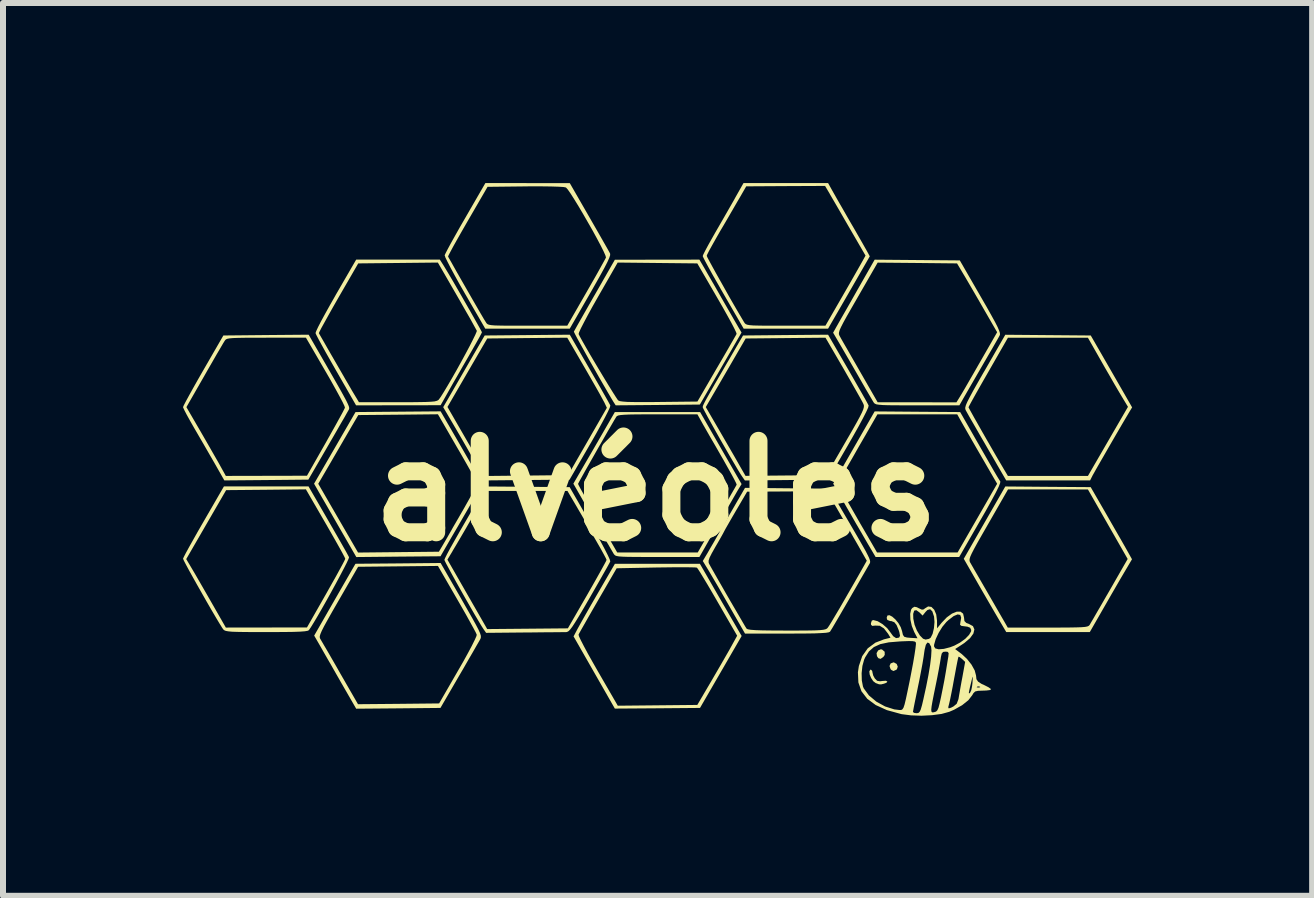
<source format=kicad_pcb>
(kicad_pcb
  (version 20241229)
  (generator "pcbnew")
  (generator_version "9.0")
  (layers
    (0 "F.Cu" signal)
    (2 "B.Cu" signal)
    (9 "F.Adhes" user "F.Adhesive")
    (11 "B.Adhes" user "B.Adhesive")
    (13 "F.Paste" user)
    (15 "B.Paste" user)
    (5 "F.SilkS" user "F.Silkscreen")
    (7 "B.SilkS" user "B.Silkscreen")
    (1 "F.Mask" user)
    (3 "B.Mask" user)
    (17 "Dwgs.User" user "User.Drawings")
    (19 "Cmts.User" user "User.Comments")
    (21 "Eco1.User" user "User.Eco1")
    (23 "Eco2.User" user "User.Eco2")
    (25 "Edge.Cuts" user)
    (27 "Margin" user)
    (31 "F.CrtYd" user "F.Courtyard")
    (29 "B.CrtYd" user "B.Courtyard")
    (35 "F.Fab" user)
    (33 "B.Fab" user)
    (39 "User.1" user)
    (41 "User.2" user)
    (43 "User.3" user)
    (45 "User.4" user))
  (footprint "alvéoles"
    (layer "F.Cu")
    (at 7.883 5.13)
    (property "Reference" "alvéoles" (at 0 0 0) (layer "F.SilkS") (effects (font (size 1.524 1.524) (thickness 0.3))))
    (attr board_only exclude_from_pos_files exclude_from_bom)
    (fp_poly (pts (xy 3.765 2.643) (xy 3.808 2.68) (xy 3.809 2.733) (xy 3.788 2.764) (xy 3.74 2.799) (xy 3.702 2.787) (xy 3.68 2.754) (xy 3.673 2.703) (xy 3.699 2.658) (xy 3.743 2.639)) (stroke (width 0) (type solid)) (fill yes) (layer "F.SilkS"))
    (fp_poly (pts (xy 3.963 2.858) (xy 4.008 2.883) (xy 4.026 2.928) (xy 4.012 2.971) (xy 4 2.981) (xy 3.954 3.001) (xy 3.919 2.983) (xy 3.906 2.969) (xy 3.889 2.918) (xy 3.907 2.875) (xy 3.954 2.857)) (stroke (width 0) (type solid)) (fill yes) (layer "F.SilkS"))
    (fp_poly (pts (xy 3.6 2.999) (xy 3.604 3.022) (xy 3.617 3.076) (xy 3.644 3.125) (xy 3.682 3.164) (xy 3.731 3.172) (xy 3.769 3.167) (xy 3.829 3.163) (xy 3.853 3.177) (xy 3.837 3.197) (xy 3.797 3.212) (xy 3.748 3.224) (xy 3.713 3.222) (xy 3.662 3.203) (xy 3.659 3.202) (xy 3.617 3.17) (xy 3.582 3.117) (xy 3.558 3.059) (xy 3.552 3.008) (xy 3.568 2.98) (xy 3.579 2.978)) (stroke (width 0) (type solid)) (fill yes) (layer "F.SilkS"))
    (fp_poly (pts (xy -1.108 -2.03) (xy -1.019 -1.876) (xy -0.937 -1.734) (xy -0.868 -1.612) (xy -0.813 -1.515) (xy -0.777 -1.449) (xy -0.763 -1.422) (xy -0.771 -1.392) (xy -0.802 -1.324) (xy -0.852 -1.226) (xy -0.919 -1.102) (xy -0.998 -0.958) (xy -1.087 -0.801) (xy -1.096 -0.787) (xy -1.442 -0.188) (xy -2.84 -0.175) (xy -3.06 -0.556) (xy -3.144 -0.702) (xy -3.231 -0.854) (xy -3.314 -0.996) (xy -3.384 -1.116) (xy -3.414 -1.167) (xy -3.548 -1.395) (xy -3.546 -1.399) (xy -3.477 -1.399) (xy -3.207 -0.931) (xy -3.123 -0.785) (xy -3.043 -0.648) (xy -2.974 -0.527) (xy -2.919 -0.43) (xy -2.883 -0.367) (xy -2.877 -0.356) (xy -2.818 -0.249) (xy -2.143 -0.256) (xy -1.467 -0.263) (xy -1.144 -0.824) (xy -0.821 -1.385) (xy -0.862 -1.472) (xy -0.887 -1.518) (xy -0.932 -1.601) (xy -0.994 -1.711) (xy -1.069 -1.842) (xy -1.152 -1.987) (xy -1.192 -2.056) (xy -1.481 -2.553) (xy -2.147 -2.547) (xy -2.814 -2.54) (xy -3.146 -1.969) (xy -3.477 -1.399) (xy -3.546 -1.399) (xy -2.857 -2.59) (xy -1.439 -2.603)) (stroke (width 0) (type solid)) (fill yes) (layer "F.SilkS"))
    (fp_poly (pts (xy 4.354 -1.319) (xy 5.066 -1.314) (xy 5.195 -1.089) (xy 5.338 -0.838) (xy 5.458 -0.629) (xy 5.555 -0.46) (xy 5.63 -0.33) (xy 5.685 -0.237) (xy 5.72 -0.18) (xy 5.735 -0.158) (xy 5.732 -0.131) (xy 5.707 -0.068) (xy 5.658 0.031) (xy 5.584 0.168) (xy 5.486 0.344) (xy 5.404 0.486) (xy 5.05 1.101) (xy 3.657 1.101) (xy 3.534 0.893) (xy 3.48 0.8) (xy 3.408 0.676) (xy 3.325 0.534) (xy 3.239 0.384) (xy 3.18 0.282) (xy 2.952 -0.117) (xy 3.028 -0.117) (xy 3.04 -0.092) (xy 3.075 -0.028) (xy 3.131 0.071) (xy 3.206 0.203) (xy 3.297 0.362) (xy 3.402 0.545) (xy 3.52 0.748) (xy 3.583 0.857) (xy 3.681 1.026) (xy 5.023 1.026) (xy 5.682 -0.119) (xy 5.423 -0.566) (xy 5.339 -0.711) (xy 5.259 -0.85) (xy 5.188 -0.974) (xy 5.131 -1.073) (xy 5.093 -1.14) (xy 5.09 -1.145) (xy 5.017 -1.276) (xy 3.687 -1.276) (xy 3.504 -0.957) (xy 3.375 -0.734) (xy 3.271 -0.551) (xy 3.187 -0.405) (xy 3.123 -0.293) (xy 3.077 -0.211) (xy 3.047 -0.157) (xy 3.032 -0.126) (xy 3.028 -0.117) (xy 2.952 -0.117) (xy 2.95 -0.12) (xy 3.295 -0.722) (xy 3.641 -1.325)) (stroke (width 0) (type solid)) (fill yes) (layer "F.SilkS"))
    (fp_poly (pts (xy 1.01 1.702) (xy 1.096 1.851) (xy 1.178 1.992) (xy 1.25 2.117) (xy 1.309 2.218) (xy 1.349 2.287) (xy 1.358 2.303) (xy 1.425 2.417) (xy 0.731 3.616) (xy 0.021 3.622) (xy -0.688 3.627) (xy -1.376 2.424) (xy -1.36 2.395) (xy -1.293 2.395) (xy -1.285 2.424) (xy -1.254 2.49) (xy -1.204 2.587) (xy -1.138 2.71) (xy -1.059 2.851) (xy -0.973 3.002) (xy -0.639 3.579) (xy 0.686 3.566) (xy 0.921 3.166) (xy 1.004 3.023) (xy 1.086 2.882) (xy 1.16 2.753) (xy 1.221 2.647) (xy 1.253 2.589) (xy 1.35 2.413) (xy 1.027 1.854) (xy 0.939 1.702) (xy 0.858 1.564) (xy 0.788 1.448) (xy 0.733 1.357) (xy 0.695 1.299) (xy 0.68 1.279) (xy 0.649 1.275) (xy 0.576 1.273) (xy 0.465 1.272) (xy 0.326 1.272) (xy 0.164 1.274) (xy -0.001 1.276) (xy -0.658 1.289) (xy -0.97 1.827) (xy -1.056 1.976) (xy -1.134 2.112) (xy -1.2 2.228) (xy -1.252 2.319) (xy -1.284 2.377) (xy -1.293 2.395) (xy -1.36 2.395) (xy -1.314 2.307) (xy -1.283 2.251) (xy -1.232 2.159) (xy -1.165 2.041) (xy -1.087 1.904) (xy -1.002 1.757) (xy -0.97 1.702) (xy -0.687 1.214) (xy 0.729 1.214)) (stroke (width 0) (type solid)) (fill yes) (layer "F.SilkS"))
    (fp_poly (pts (xy -3.244 1.804) (xy -3.142 1.983) (xy -3.062 2.123) (xy -3.003 2.23) (xy -2.961 2.31) (xy -2.935 2.368) (xy -2.922 2.408) (xy -2.92 2.437) (xy -2.925 2.459) (xy -2.929 2.467) (xy -2.95 2.505) (xy -2.993 2.579) (xy -3.053 2.684) (xy -3.127 2.811) (xy -3.21 2.956) (xy -3.278 3.072) (xy -3.594 3.616) (xy -4.296 3.623) (xy -4.998 3.629) (xy -5.246 3.199) (xy -5.33 3.052) (xy -5.413 2.906) (xy -5.49 2.773) (xy -5.553 2.663) (xy -5.595 2.589) (xy -5.692 2.421) (xy -5.605 2.421) (xy -5.604 2.447) (xy -5.597 2.464) (xy -5.576 2.5) (xy -5.534 2.572) (xy -5.474 2.674) (xy -5.402 2.799) (xy -5.32 2.941) (xy -5.267 3.035) (xy -4.968 3.554) (xy -4.292 3.548) (xy -3.616 3.541) (xy -3.298 2.99) (xy -3.211 2.839) (xy -3.134 2.699) (xy -3.07 2.579) (xy -3.023 2.484) (xy -2.995 2.421) (xy -2.989 2.397) (xy -3.003 2.364) (xy -3.04 2.294) (xy -3.095 2.194) (xy -3.164 2.069) (xy -3.245 1.927) (xy -3.317 1.802) (xy -3.636 1.25) (xy -4.301 1.257) (xy -4.966 1.264) (xy -5.297 1.838) (xy -5.398 2.013) (xy -5.475 2.15) (xy -5.532 2.253) (xy -5.571 2.33) (xy -5.594 2.384) (xy -5.605 2.421) (xy -5.692 2.421) (xy -5.698 2.411) (xy -5.354 1.812) (xy -5.01 1.214) (xy -4.3 1.208) (xy -3.591 1.201)) (stroke (width 0) (type solid)) (fill yes) (layer "F.SilkS"))
    (fp_poly (pts (xy 6.53 -0.068) (xy 7.241 -0.063) (xy 7.494 0.375) (xy 7.578 0.522) (xy 7.66 0.665) (xy 7.735 0.795) (xy 7.796 0.902) (xy 7.838 0.976) (xy 7.838 0.976) (xy 7.929 1.139) (xy 7.803 1.352) (xy 7.747 1.447) (xy 7.674 1.573) (xy 7.591 1.716) (xy 7.505 1.866) (xy 7.452 1.958) (xy 7.226 2.352) (xy 5.834 2.352) (xy 5.705 2.133) (xy 5.648 2.036) (xy 5.573 1.907) (xy 5.489 1.762) (xy 5.402 1.612) (xy 5.351 1.523) (xy 5.144 1.162) (xy 5.222 1.162) (xy 5.228 1.184) (xy 5.236 1.198) (xy 5.259 1.238) (xy 5.303 1.315) (xy 5.364 1.42) (xy 5.437 1.547) (xy 5.52 1.69) (xy 5.566 1.77) (xy 5.859 2.277) (xy 6.527 2.277) (xy 6.728 2.277) (xy 6.884 2.276) (xy 7.002 2.274) (xy 7.088 2.271) (xy 7.147 2.266) (xy 7.184 2.259) (xy 7.207 2.249) (xy 7.221 2.236) (xy 7.225 2.23) (xy 7.245 2.195) (xy 7.287 2.124) (xy 7.345 2.023) (xy 7.418 1.898) (xy 7.499 1.757) (xy 7.556 1.659) (xy 7.857 1.134) (xy 7.526 0.555) (xy 7.195 -0.024) (xy 6.529 -0.025) (xy 5.863 -0.025) (xy 5.531 0.554) (xy 5.431 0.728) (xy 5.354 0.863) (xy 5.297 0.967) (xy 5.258 1.043) (xy 5.234 1.097) (xy 5.223 1.135) (xy 5.222 1.162) (xy 5.144 1.162) (xy 5.126 1.131) (xy 5.818 -0.074)) (stroke (width 0) (type solid)) (fill yes) (layer "F.SilkS"))
    (fp_poly (pts (xy -3.278 -0.786) (xy -3.19 -0.633) (xy -3.109 -0.492) (xy -3.038 -0.368) (xy -2.982 -0.27) (xy -2.945 -0.202) (xy -2.932 -0.177) (xy -2.921 -0.151) (xy -2.918 -0.123) (xy -2.926 -0.087) (xy -2.947 -0.036) (xy -2.985 0.037) (xy -3.042 0.14) (xy -3.122 0.277) (xy -3.129 0.29) (xy -3.213 0.434) (xy -3.298 0.581) (xy -3.377 0.716) (xy -3.443 0.829) (xy -3.477 0.888) (xy -3.593 1.089) (xy -4.294 1.095) (xy -4.996 1.102) (xy -5.267 0.632) (xy -5.352 0.484) (xy -5.435 0.34) (xy -5.509 0.211) (xy -5.57 0.106) (xy -5.612 0.033) (xy -5.619 0.021) (xy -5.699 -0.119) (xy -5.63 -0.119) (xy -4.967 1.027) (xy -3.62 1.013) (xy -3.551 0.897) (xy -3.497 0.804) (xy -3.44 0.705) (xy -3.421 0.672) (xy -3.387 0.611) (xy -3.333 0.518) (xy -3.267 0.404) (xy -3.195 0.279) (xy -3.167 0.229) (xy -3.085 0.083) (xy -3.027 -0.031) (xy -2.995 -0.108) (xy -2.99 -0.146) (xy -3.007 -0.179) (xy -3.045 -0.248) (xy -3.101 -0.348) (xy -3.171 -0.472) (xy -3.252 -0.614) (xy -3.321 -0.732) (xy -3.636 -1.277) (xy -4.3 -1.27) (xy -4.963 -1.264) (xy -5.08 -1.064) (xy -5.134 -0.971) (xy -5.206 -0.848) (xy -5.287 -0.708) (xy -5.371 -0.564) (xy -5.413 -0.491) (xy -5.63 -0.119) (xy -5.699 -0.119) (xy -5.7 -0.12) (xy -5.354 -0.717) (xy -5.009 -1.314) (xy -4.3 -1.32) (xy -3.591 -1.326)) (stroke (width 0) (type solid)) (fill yes) (layer "F.SilkS"))
    (fp_poly (pts (xy 6.53 -2.596) (xy 7.242 -2.59) (xy 7.587 -1.991) (xy 7.931 -1.392) (xy 7.885 -1.316) (xy 7.838 -1.237) (xy 7.776 -1.132) (xy 7.703 -1.007) (xy 7.624 -0.871) (xy 7.543 -0.731) (xy 7.465 -0.595) (xy 7.394 -0.472) (xy 7.335 -0.369) (xy 7.293 -0.294) (xy 7.272 -0.257) (xy 7.231 -0.175) (xy 5.833 -0.175) (xy 5.735 -0.344) (xy 5.689 -0.423) (xy 5.625 -0.535) (xy 5.548 -0.666) (xy 5.467 -0.807) (xy 5.412 -0.901) (xy 5.338 -1.03) (xy 5.27 -1.148) (xy 5.214 -1.245) (xy 5.175 -1.315) (xy 5.158 -1.346) (xy 5.151 -1.366) (xy 5.151 -1.393) (xy 5.152 -1.394) (xy 5.205 -1.394) (xy 5.217 -1.37) (xy 5.25 -1.31) (xy 5.3 -1.22) (xy 5.364 -1.108) (xy 5.436 -0.98) (xy 5.514 -0.844) (xy 5.593 -0.707) (xy 5.669 -0.575) (xy 5.739 -0.456) (xy 5.797 -0.357) (xy 5.805 -0.344) (xy 5.861 -0.25) (xy 7.195 -0.25) (xy 7.528 -0.825) (xy 7.862 -1.401) (xy 7.753 -1.582) (xy 7.703 -1.666) (xy 7.635 -1.782) (xy 7.557 -1.918) (xy 7.474 -2.061) (xy 7.419 -2.158) (xy 7.195 -2.552) (xy 6.528 -2.552) (xy 5.862 -2.553) (xy 5.534 -1.981) (xy 5.446 -1.828) (xy 5.367 -1.689) (xy 5.3 -1.57) (xy 5.249 -1.478) (xy 5.216 -1.417) (xy 5.205 -1.394) (xy 5.152 -1.394) (xy 5.162 -1.431) (xy 5.186 -1.486) (xy 5.225 -1.562) (xy 5.281 -1.666) (xy 5.357 -1.801) (xy 5.456 -1.974) (xy 5.473 -2.002) (xy 5.818 -2.602)) (stroke (width 0) (type solid)) (fill yes) (layer "F.SilkS"))
    (fp_poly (pts (xy 3.196 -2.032) (xy 3.285 -1.877) (xy 3.366 -1.735) (xy 3.436 -1.613) (xy 3.491 -1.516) (xy 3.527 -1.45) (xy 3.541 -1.422) (xy 3.533 -1.389) (xy 3.501 -1.318) (xy 3.447 -1.212) (xy 3.374 -1.076) (xy 3.283 -0.914) (xy 3.21 -0.786) (xy 2.863 -0.188) (xy 2.171 -0.181) (xy 1.479 -0.174) (xy 1.439 -0.231) (xy 1.407 -0.279) (xy 1.358 -0.359) (xy 1.296 -0.465) (xy 1.223 -0.589) (xy 1.145 -0.725) (xy 1.065 -0.864) (xy 0.988 -1.001) (xy 0.917 -1.128) (xy 0.856 -1.238) (xy 0.81 -1.324) (xy 0.782 -1.379) (xy 0.776 -1.396) (xy 0.776 -1.397) (xy 0.827 -1.397) (xy 1.055 -1.005) (xy 1.137 -0.863) (xy 1.219 -0.721) (xy 1.294 -0.592) (xy 1.355 -0.485) (xy 1.385 -0.432) (xy 1.489 -0.251) (xy 2.163 -0.257) (xy 2.837 -0.263) (xy 3.16 -0.823) (xy 3.259 -0.994) (xy 3.335 -1.128) (xy 3.39 -1.229) (xy 3.428 -1.304) (xy 3.451 -1.358) (xy 3.461 -1.396) (xy 3.462 -1.423) (xy 3.455 -1.446) (xy 3.454 -1.448) (xy 3.434 -1.488) (xy 3.392 -1.564) (xy 3.332 -1.67) (xy 3.26 -1.797) (xy 3.177 -1.941) (xy 3.124 -2.034) (xy 2.822 -2.553) (xy 1.492 -2.54) (xy 1.16 -1.968) (xy 0.827 -1.397) (xy 0.776 -1.397) (xy 0.778 -1.408) (xy 0.784 -1.427) (xy 0.798 -1.457) (xy 0.821 -1.502) (xy 0.857 -1.567) (xy 0.907 -1.656) (xy 0.974 -1.774) (xy 1.061 -1.924) (xy 1.17 -2.112) (xy 1.208 -2.177) (xy 1.448 -2.59) (xy 2.157 -2.597) (xy 2.865 -2.603)) (stroke (width 0) (type solid)) (fill yes) (layer "F.SilkS"))
    (fp_poly (pts (xy -5.664 -2.384) (xy -5.53 -2.152) (xy -5.419 -1.959) (xy -5.329 -1.802) (xy -5.258 -1.677) (xy -5.204 -1.579) (xy -5.164 -1.505) (xy -5.138 -1.451) (xy -5.122 -1.414) (xy -5.115 -1.388) (xy -5.115 -1.37) (xy -5.119 -1.357) (xy -5.127 -1.344) (xy -5.13 -1.338) (xy -5.152 -1.3) (xy -5.194 -1.225) (xy -5.255 -1.121) (xy -5.328 -0.993) (xy -5.412 -0.848) (xy -5.479 -0.732) (xy -5.795 -0.188) (xy -6.495 -0.181) (xy -7.195 -0.175) (xy -7.355 -0.457) (xy -7.433 -0.592) (xy -7.524 -0.75) (xy -7.618 -0.912) (xy -7.7 -1.053) (xy -7.765 -1.167) (xy -7.82 -1.266) (xy -7.86 -1.343) (xy -7.881 -1.389) (xy -7.883 -1.396) (xy -7.827 -1.396) (xy -7.614 -1.03) (xy -7.532 -0.888) (xy -7.449 -0.744) (xy -7.372 -0.609) (xy -7.308 -0.498) (xy -7.285 -0.457) (xy -7.17 -0.25) (xy -5.818 -0.253) (xy -5.505 -0.803) (xy -5.42 -0.955) (xy -5.342 -1.094) (xy -5.277 -1.212) (xy -5.226 -1.305) (xy -5.195 -1.366) (xy -5.185 -1.388) (xy -5.195 -1.418) (xy -5.227 -1.485) (xy -5.279 -1.583) (xy -5.346 -1.705) (xy -5.425 -1.847) (xy -5.506 -1.987) (xy -5.835 -2.553) (xy -6.496 -2.553) (xy -6.694 -2.552) (xy -6.849 -2.552) (xy -6.965 -2.55) (xy -7.049 -2.547) (xy -7.107 -2.542) (xy -7.145 -2.535) (xy -7.168 -2.525) (xy -7.182 -2.511) (xy -7.192 -2.496) (xy -7.215 -2.459) (xy -7.258 -2.385) (xy -7.319 -2.282) (xy -7.392 -2.155) (xy -7.474 -2.013) (xy -7.528 -1.918) (xy -7.827 -1.396) (xy -7.883 -1.396) (xy -7.883 -1.397) (xy -7.871 -1.425) (xy -7.837 -1.491) (xy -7.784 -1.588) (xy -7.716 -1.711) (xy -7.636 -1.853) (xy -7.547 -2.008) (xy -7.211 -2.59) (xy -6.5 -2.597) (xy -5.79 -2.603)) (stroke (width 0) (type solid)) (fill yes) (layer "F.SilkS"))
    (fp_poly (pts (xy -5.462 0.496) (xy -5.373 0.651) (xy -5.292 0.792) (xy -5.222 0.915) (xy -5.167 1.012) (xy -5.131 1.078) (xy -5.117 1.105) (xy -5.126 1.134) (xy -5.156 1.199) (xy -5.204 1.293) (xy -5.265 1.409) (xy -5.336 1.542) (xy -5.413 1.683) (xy -5.492 1.825) (xy -5.57 1.963) (xy -5.642 2.088) (xy -5.705 2.194) (xy -5.755 2.275) (xy -5.787 2.321) (xy -5.808 2.331) (xy -5.855 2.339) (xy -5.934 2.345) (xy -6.048 2.349) (xy -6.201 2.351) (xy -6.399 2.352) (xy -6.493 2.352) (xy -6.697 2.352) (xy -6.857 2.351) (xy -6.978 2.349) (xy -7.067 2.346) (xy -7.128 2.34) (xy -7.169 2.333) (xy -7.194 2.323) (xy -7.21 2.31) (xy -7.212 2.309) (xy -7.236 2.273) (xy -7.28 2.202) (xy -7.339 2.103) (xy -7.409 1.984) (xy -7.486 1.851) (xy -7.565 1.712) (xy -7.644 1.573) (xy -7.718 1.441) (xy -7.783 1.324) (xy -7.834 1.229) (xy -7.869 1.162) (xy -7.88 1.136) (xy -7.83 1.136) (xy -7.784 1.213) (xy -7.743 1.282) (xy -7.677 1.394) (xy -7.587 1.55) (xy -7.473 1.748) (xy -7.335 1.989) (xy -7.324 2.008) (xy -7.17 2.277) (xy -6.494 2.276) (xy -5.818 2.275) (xy -5.499 1.715) (xy -5.413 1.562) (xy -5.335 1.424) (xy -5.27 1.305) (xy -5.22 1.213) (xy -5.189 1.152) (xy -5.18 1.13) (xy -5.192 1.103) (xy -5.226 1.038) (xy -5.279 0.942) (xy -5.347 0.821) (xy -5.427 0.681) (xy -5.508 0.54) (xy -5.836 -0.026) (xy -6.501 -0.019) (xy -7.165 -0.013) (xy -7.83 1.136) (xy -7.88 1.136) (xy -7.883 1.131) (xy -7.883 1.13) (xy -7.871 1.102) (xy -7.837 1.036) (xy -7.784 0.939) (xy -7.715 0.816) (xy -7.635 0.674) (xy -7.545 0.518) (xy -7.542 0.513) (xy -7.202 -0.075) (xy -5.792 -0.075)) (stroke (width 0) (type solid)) (fill yes) (layer "F.SilkS"))
    (fp_poly (pts (xy 0.776 -3.76) (xy 0.806 -3.709) (xy 0.855 -3.623) (xy 0.92 -3.511) (xy 0.995 -3.381) (xy 1.075 -3.241) (xy 1.082 -3.228) (xy 1.162 -3.089) (xy 1.236 -2.961) (xy 1.299 -2.851) (xy 1.348 -2.767) (xy 1.376 -2.718) (xy 1.378 -2.715) (xy 1.423 -2.639) (xy 1.076 -2.039) (xy 0.729 -1.439) (xy 0.028 -1.432) (xy -0.674 -1.426) (xy -0.71 -1.482) (xy -0.753 -1.553) (xy -0.811 -1.652) (xy -0.88 -1.771) (xy -0.957 -1.904) (xy -1.036 -2.044) (xy -1.116 -2.184) (xy -1.19 -2.317) (xy -1.257 -2.438) (xy -1.312 -2.537) (xy -1.35 -2.61) (xy -1.352 -2.614) (xy -1.292 -2.614) (xy -1.271 -2.572) (xy -1.229 -2.496) (xy -1.171 -2.394) (xy -1.101 -2.273) (xy -1.023 -2.141) (xy -0.942 -2.005) (xy -0.862 -1.872) (xy -0.787 -1.749) (xy -0.722 -1.644) (xy -0.671 -1.564) (xy -0.639 -1.516) (xy -0.63 -1.507) (xy -0.605 -1.496) (xy -0.556 -1.489) (xy -0.479 -1.483) (xy -0.369 -1.481) (xy -0.221 -1.48) (xy -0.029 -1.481) (xy 0.05 -1.482) (xy 0.688 -1.489) (xy 1.008 -2.04) (xy 1.096 -2.19) (xy 1.176 -2.328) (xy 1.243 -2.445) (xy 1.296 -2.537) (xy 1.33 -2.596) (xy 1.341 -2.617) (xy 1.332 -2.645) (xy 1.301 -2.71) (xy 1.251 -2.806) (xy 1.184 -2.927) (xy 1.105 -3.068) (xy 1.019 -3.217) (xy 0.686 -3.791) (xy 0.022 -3.798) (xy -0.641 -3.805) (xy -0.973 -3.226) (xy -1.061 -3.071) (xy -1.139 -2.929) (xy -1.204 -2.806) (xy -1.254 -2.709) (xy -1.284 -2.643) (xy -1.292 -2.614) (xy -1.352 -2.614) (xy -1.369 -2.649) (xy -1.371 -2.654) (xy -1.357 -2.679) (xy -1.322 -2.742) (xy -1.268 -2.837) (xy -1.199 -2.958) (xy -1.119 -3.099) (xy -1.03 -3.255) (xy -1.026 -3.261) (xy -0.688 -3.852) (xy 0.016 -3.853) (xy 0.721 -3.854)) (stroke (width 0) (type solid)) (fill yes) (layer "F.SilkS"))
    (fp_poly (pts (xy 2.161 -5.13) (xy 2.865 -5.13) (xy 2.938 -4.999) (xy 2.976 -4.932) (xy 3.032 -4.833) (xy 3.102 -4.712) (xy 3.178 -4.579) (xy 3.228 -4.492) (xy 3.305 -4.36) (xy 3.376 -4.236) (xy 3.438 -4.128) (xy 3.483 -4.048) (xy 3.503 -4.013) (xy 3.56 -3.909) (xy 3.213 -3.306) (xy 2.865 -2.704) (xy 2.162 -2.703) (xy 1.459 -2.703) (xy 1.117 -3.294) (xy 1.028 -3.45) (xy 0.946 -3.593) (xy 0.877 -3.717) (xy 0.824 -3.815) (xy 0.789 -3.883) (xy 0.776 -3.913) (xy 0.776 -3.913) (xy 0.778 -3.918) (xy 0.843 -3.918) (xy 0.854 -3.891) (xy 0.887 -3.829) (xy 0.937 -3.737) (xy 1 -3.623) (xy 1.072 -3.495) (xy 1.149 -3.358) (xy 1.226 -3.221) (xy 1.301 -3.091) (xy 1.369 -2.974) (xy 1.426 -2.878) (xy 1.467 -2.809) (xy 1.467 -2.809) (xy 1.479 -2.792) (xy 1.494 -2.779) (xy 1.519 -2.769) (xy 1.559 -2.762) (xy 1.62 -2.757) (xy 1.708 -2.755) (xy 1.829 -2.753) (xy 1.99 -2.753) (xy 2.162 -2.753) (xy 2.821 -2.753) (xy 3.084 -3.209) (xy 3.168 -3.355) (xy 3.248 -3.494) (xy 3.319 -3.619) (xy 3.376 -3.719) (xy 3.414 -3.786) (xy 3.418 -3.793) (xy 3.489 -3.921) (xy 3.229 -4.369) (xy 3.145 -4.514) (xy 3.065 -4.653) (xy 2.993 -4.777) (xy 2.934 -4.878) (xy 2.895 -4.945) (xy 2.893 -4.95) (xy 2.815 -5.082) (xy 2.158 -5.079) (xy 1.501 -5.075) (xy 1.398 -4.896) (xy 1.349 -4.813) (xy 1.283 -4.699) (xy 1.205 -4.564) (xy 1.122 -4.422) (xy 1.068 -4.331) (xy 0.996 -4.205) (xy 0.933 -4.093) (xy 0.883 -4.003) (xy 0.852 -3.942) (xy 0.843 -3.918) (xy 0.778 -3.918) (xy 0.788 -3.944) (xy 0.821 -4.009) (xy 0.871 -4.102) (xy 0.934 -4.214) (xy 0.978 -4.292) (xy 1.061 -4.436) (xy 1.149 -4.589) (xy 1.232 -4.734) (xy 1.302 -4.856) (xy 1.318 -4.886) (xy 1.456 -5.13)) (stroke (width 0) (type solid)) (fill yes) (layer "F.SilkS"))
    (fp_poly (pts (xy -3.544 -3.76) (xy -3.509 -3.702) (xy -3.456 -3.614) (xy -3.391 -3.504) (xy -3.318 -3.378) (xy -3.24 -3.243) (xy -3.162 -3.106) (xy -3.087 -2.976) (xy -3.02 -2.857) (xy -2.964 -2.758) (xy -2.924 -2.686) (xy -2.904 -2.647) (xy -2.903 -2.643) (xy -2.915 -2.617) (xy -2.948 -2.555) (xy -2.999 -2.464) (xy -3.063 -2.352) (xy -3.131 -2.233) (xy -3.215 -2.088) (xy -3.299 -1.941) (xy -3.378 -1.805) (xy -3.443 -1.69) (xy -3.475 -1.633) (xy -3.591 -1.428) (xy -4.295 -1.427) (xy -5 -1.426) (xy -5.334 -2.008) (xy -5.423 -2.164) (xy -5.504 -2.307) (xy -5.573 -2.432) (xy -5.627 -2.531) (xy -5.662 -2.599) (xy -5.675 -2.629) (xy -5.62 -2.629) (xy -5.593 -2.581) (xy -5.546 -2.5) (xy -5.484 -2.391) (xy -5.412 -2.266) (xy -5.334 -2.131) (xy -5.256 -1.996) (xy -5.183 -1.869) (xy -5.118 -1.758) (xy -5.069 -1.673) (xy -5.038 -1.621) (xy -4.952 -1.478) (xy -4.306 -1.478) (xy -4.107 -1.478) (xy -3.953 -1.48) (xy -3.837 -1.482) (xy -3.753 -1.486) (xy -3.695 -1.491) (xy -3.658 -1.5) (xy -3.635 -1.51) (xy -3.622 -1.521) (xy -3.588 -1.568) (xy -3.538 -1.648) (xy -3.475 -1.753) (xy -3.403 -1.876) (xy -3.326 -2.011) (xy -3.249 -2.15) (xy -3.175 -2.286) (xy -3.108 -2.412) (xy -3.053 -2.52) (xy -3.012 -2.604) (xy -2.99 -2.656) (xy -2.988 -2.669) (xy -3.005 -2.7) (xy -3.043 -2.769) (xy -3.098 -2.869) (xy -3.169 -2.992) (xy -3.25 -3.134) (xy -3.32 -3.256) (xy -3.637 -3.805) (xy -4.301 -3.798) (xy -4.964 -3.791) (xy -5.296 -3.217) (xy -5.384 -3.063) (xy -5.462 -2.924) (xy -5.528 -2.805) (xy -5.579 -2.713) (xy -5.61 -2.652) (xy -5.62 -2.629) (xy -5.675 -2.629) (xy -5.676 -2.629) (xy -5.665 -2.661) (xy -5.633 -2.73) (xy -5.582 -2.829) (xy -5.514 -2.954) (xy -5.434 -3.098) (xy -5.345 -3.254) (xy -5.341 -3.262) (xy -4.998 -3.854) (xy -3.604 -3.854)) (stroke (width 0) (type solid)) (fill yes) (layer "F.SilkS"))
    (fp_poly (pts (xy -2.142 -5.129) (xy -1.439 -5.129) (xy -1.114 -4.564) (xy -1.025 -4.409) (xy -0.944 -4.268) (xy -0.874 -4.145) (xy -0.818 -4.047) (xy -0.781 -3.981) (xy -0.767 -3.954) (xy -0.766 -3.929) (xy -0.781 -3.884) (xy -0.812 -3.814) (xy -0.863 -3.715) (xy -0.935 -3.584) (xy -1.03 -3.416) (xy -1.092 -3.307) (xy -1.439 -2.704) (xy -2.143 -2.703) (xy -2.847 -2.703) (xy -3.189 -3.294) (xy -3.279 -3.451) (xy -3.359 -3.596) (xy -3.427 -3.722) (xy -3.479 -3.823) (xy -3.513 -3.893) (xy -3.516 -3.905) (xy -3.467 -3.905) (xy -3.453 -3.879) (xy -3.418 -3.819) (xy -3.37 -3.733) (xy -3.312 -3.63) (xy -3.311 -3.629) (xy -3.237 -3.499) (xy -3.156 -3.358) (xy -3.074 -3.215) (xy -2.996 -3.08) (xy -2.927 -2.961) (xy -2.872 -2.867) (xy -2.836 -2.809) (xy -2.825 -2.792) (xy -2.81 -2.779) (xy -2.786 -2.769) (xy -2.746 -2.762) (xy -2.685 -2.757) (xy -2.597 -2.755) (xy -2.475 -2.753) (xy -2.315 -2.753) (xy -2.141 -2.753) (xy -1.481 -2.753) (xy -1.166 -3.301) (xy -1.079 -3.453) (xy -1 -3.591) (xy -0.933 -3.711) (xy -0.881 -3.805) (xy -0.847 -3.867) (xy -0.836 -3.889) (xy -0.844 -3.921) (xy -0.874 -3.989) (xy -0.922 -4.085) (xy -0.984 -4.202) (xy -1.056 -4.334) (xy -1.135 -4.472) (xy -1.215 -4.611) (xy -1.293 -4.743) (xy -1.365 -4.86) (xy -1.426 -4.956) (xy -1.473 -5.023) (xy -1.502 -5.055) (xy -1.503 -5.056) (xy -1.544 -5.064) (xy -1.629 -5.069) (xy -1.756 -5.073) (xy -1.919 -5.075) (xy -2.113 -5.075) (xy -2.179 -5.074) (xy -2.809 -5.067) (xy -3.142 -4.493) (xy -3.23 -4.34) (xy -3.309 -4.201) (xy -3.376 -4.082) (xy -3.426 -3.989) (xy -3.458 -3.928) (xy -3.467 -3.905) (xy -3.516 -3.905) (xy -3.524 -3.927) (xy -3.524 -3.927) (xy -3.509 -3.959) (xy -3.473 -4.029) (xy -3.419 -4.129) (xy -3.349 -4.254) (xy -3.268 -4.398) (xy -3.18 -4.55) (xy -2.845 -5.13)) (stroke (width 0) (type solid)) (fill yes) (layer "F.SilkS"))
    (fp_poly (pts (xy 4.351 -3.847) (xy 5.06 -3.841) (xy 5.406 -3.241) (xy 5.51 -3.061) (xy 5.59 -2.918) (xy 5.65 -2.809) (xy 5.691 -2.728) (xy 5.716 -2.669) (xy 5.728 -2.63) (xy 5.729 -2.603) (xy 5.724 -2.591) (xy 5.704 -2.554) (xy 5.663 -2.482) (xy 5.605 -2.381) (xy 5.534 -2.259) (xy 5.455 -2.123) (xy 5.436 -2.09) (xy 5.353 -1.947) (xy 5.275 -1.812) (xy 5.206 -1.693) (xy 5.152 -1.599) (xy 5.117 -1.539) (xy 5.114 -1.533) (xy 5.053 -1.426) (xy 4.354 -1.426) (xy 4.149 -1.426) (xy 3.988 -1.427) (xy 3.866 -1.428) (xy 3.777 -1.431) (xy 3.714 -1.436) (xy 3.673 -1.442) (xy 3.648 -1.452) (xy 3.632 -1.464) (xy 3.621 -1.48) (xy 3.619 -1.483) (xy 3.595 -1.524) (xy 3.551 -1.599) (xy 3.492 -1.699) (xy 3.425 -1.816) (xy 3.39 -1.877) (xy 3.31 -2.016) (xy 3.227 -2.16) (xy 3.149 -2.294) (xy 3.086 -2.403) (xy 3.073 -2.425) (xy 2.962 -2.614) (xy 3.045 -2.614) (xy 3.052 -2.593) (xy 3.059 -2.58) (xy 3.081 -2.54) (xy 3.124 -2.464) (xy 3.185 -2.359) (xy 3.258 -2.231) (xy 3.341 -2.087) (xy 3.393 -1.996) (xy 3.691 -1.477) (xy 4.348 -1.477) (xy 5.004 -1.476) (xy 5.062 -1.57) (xy 5.092 -1.619) (xy 5.142 -1.704) (xy 5.207 -1.817) (xy 5.284 -1.95) (xy 5.367 -2.095) (xy 5.401 -2.154) (xy 5.682 -2.644) (xy 5.452 -3.042) (xy 5.37 -3.185) (xy 5.288 -3.326) (xy 5.213 -3.455) (xy 5.151 -3.561) (xy 5.118 -3.616) (xy 5.014 -3.791) (xy 4.352 -3.798) (xy 3.691 -3.804) (xy 3.357 -3.224) (xy 3.257 -3.05) (xy 3.179 -2.914) (xy 3.122 -2.811) (xy 3.083 -2.735) (xy 3.058 -2.68) (xy 3.047 -2.642) (xy 3.045 -2.614) (xy 2.962 -2.614) (xy 2.949 -2.636) (xy 3.007 -2.74) (xy 3.036 -2.791) (xy 3.086 -2.879) (xy 3.152 -2.994) (xy 3.229 -3.129) (xy 3.313 -3.277) (xy 3.353 -3.348) (xy 3.641 -3.853)) (stroke (width 0) (type solid)) (fill yes) (layer "F.SilkS"))
    (fp_poly (pts (xy -1.441 -0.063) (xy -1.095 0.538) (xy -1.005 0.697) (xy -0.925 0.842) (xy -0.858 0.968) (xy -0.806 1.07) (xy -0.774 1.14) (xy -0.764 1.173) (xy -0.764 1.174) (xy -0.78 1.205) (xy -0.817 1.273) (xy -0.873 1.371) (xy -0.943 1.495) (xy -1.025 1.638) (xy -1.107 1.781) (xy -1.208 1.955) (xy -1.288 2.09) (xy -1.35 2.191) (xy -1.397 2.263) (xy -1.433 2.31) (xy -1.461 2.338) (xy -1.484 2.35) (xy -1.501 2.353) (xy -1.542 2.353) (xy -1.627 2.354) (xy -1.746 2.355) (xy -1.893 2.356) (xy -2.059 2.358) (xy -2.199 2.359) (xy -2.833 2.365) (xy -2.877 2.302) (xy -2.91 2.251) (xy -2.96 2.167) (xy -3.024 2.059) (xy -3.096 1.934) (xy -3.174 1.798) (xy -3.253 1.658) (xy -3.329 1.523) (xy -3.398 1.398) (xy -3.456 1.291) (xy -3.5 1.209) (xy -3.524 1.16) (xy -3.528 1.148) (xy -3.527 1.145) (xy -3.478 1.145) (xy -2.815 2.302) (xy -2.143 2.296) (xy -1.471 2.29) (xy -1.148 1.73) (xy -1.061 1.578) (xy -0.983 1.44) (xy -0.917 1.322) (xy -0.867 1.231) (xy -0.835 1.171) (xy -0.826 1.149) (xy -0.838 1.121) (xy -0.871 1.059) (xy -0.919 0.971) (xy -0.979 0.867) (xy -0.988 0.851) (xy -1.049 0.746) (xy -1.1 0.658) (xy -1.135 0.595) (xy -1.151 0.565) (xy -1.151 0.564) (xy -1.163 0.54) (xy -1.196 0.482) (xy -1.245 0.397) (xy -1.305 0.295) (xy -1.315 0.277) (xy -1.478 0) (xy -2.147 0.000025) (xy -2.815 0.000051) (xy -2.888 0.131) (xy -2.936 0.217) (xy -3.003 0.335) (xy -3.083 0.472) (xy -3.167 0.619) (xy -3.251 0.763) (xy -3.327 0.892) (xy -3.389 0.996) (xy -3.393 1.004) (xy -3.478 1.145) (xy -3.527 1.145) (xy -3.516 1.118) (xy -3.483 1.052) (xy -3.432 0.957) (xy -3.366 0.84) (xy -3.291 0.708) (xy -3.281 0.69) (xy -3.197 0.545) (xy -3.114 0.402) (xy -3.039 0.271) (xy -2.977 0.164) (xy -2.937 0.094) (xy -2.84 -0.074)) (stroke (width 0) (type solid)) (fill yes) (layer "F.SilkS"))
    (fp_poly (pts (xy 1.078 -0.714) (xy 1.424 -0.114) (xy 1.377 -0.038) (xy 1.352 0.004) (xy 1.307 0.082) (xy 1.246 0.188) (xy 1.173 0.314) (xy 1.093 0.452) (xy 1.011 0.594) (xy 0.931 0.733) (xy 0.858 0.861) (xy 0.796 0.97) (xy 0.782 0.995) (xy 0.721 1.101) (xy 0.023 1.101) (xy -0.181 1.101) (xy -0.342 1.1) (xy -0.464 1.099) (xy -0.553 1.096) (xy -0.615 1.092) (xy -0.656 1.085) (xy -0.681 1.076) (xy -0.696 1.063) (xy -0.708 1.047) (xy -0.709 1.045) (xy -0.737 0.997) (xy -0.782 0.92) (xy -0.835 0.829) (xy -0.851 0.801) (xy -0.902 0.712) (xy -0.97 0.593) (xy -1.048 0.456) (xy -1.129 0.315) (xy -1.169 0.246) (xy -1.377 -0.117) (xy -1.301 -0.117) (xy -1.289 -0.091) (xy -1.257 -0.031) (xy -1.208 0.055) (xy -1.149 0.159) (xy -1.139 0.177) (xy -1.078 0.282) (xy -1.027 0.371) (xy -0.992 0.435) (xy -0.976 0.465) (xy -0.976 0.467) (xy -0.964 0.492) (xy -0.933 0.544) (xy -0.917 0.57) (xy -0.876 0.637) (xy -0.821 0.73) (xy -0.762 0.829) (xy -0.753 0.845) (xy -0.648 1.026) (xy 0.693 1.026) (xy 1.013 0.469) (xy 1.101 0.318) (xy 1.179 0.181) (xy 1.246 0.064) (xy 1.298 -0.026) (xy 1.331 -0.084) (xy 1.342 -0.104) (xy 1.333 -0.129) (xy 1.302 -0.191) (xy 1.252 -0.284) (xy 1.187 -0.4) (xy 1.111 -0.535) (xy 1.071 -0.604) (xy 0.987 -0.751) (xy 0.907 -0.888) (xy 0.838 -1.009) (xy 0.783 -1.105) (xy 0.748 -1.168) (xy 0.74 -1.182) (xy 0.688 -1.276) (xy 0.025 -1.276) (xy -0.176 -1.276) (xy -0.332 -1.275) (xy -0.45 -1.273) (xy -0.535 -1.269) (xy -0.594 -1.264) (xy -0.631 -1.257) (xy -0.653 -1.247) (xy -0.665 -1.234) (xy -0.666 -1.232) (xy -0.698 -1.179) (xy -0.747 -1.094) (xy -0.81 -0.987) (xy -0.881 -0.862) (xy -0.958 -0.729) (xy -1.035 -0.593) (xy -1.11 -0.461) (xy -1.178 -0.342) (xy -1.234 -0.241) (xy -1.276 -0.166) (xy -1.298 -0.124) (xy -1.301 -0.117) (xy -1.377 -0.117) (xy -1.379 -0.121) (xy -1.033 -0.717) (xy -0.688 -1.314) (xy 0.733 -1.314)) (stroke (width 0) (type solid)) (fill yes) (layer "F.SilkS"))
    (fp_poly (pts (xy 2.183 -0.044) (xy 2.886 -0.038) (xy 3.04 0.225) (xy 3.172 0.45) (xy 3.281 0.636) (xy 3.368 0.786) (xy 3.437 0.906) (xy 3.489 0.998) (xy 3.525 1.068) (xy 3.549 1.118) (xy 3.562 1.154) (xy 3.566 1.179) (xy 3.564 1.197) (xy 3.557 1.212) (xy 3.549 1.225) (xy 3.526 1.265) (xy 3.483 1.34) (xy 3.422 1.445) (xy 3.349 1.573) (xy 3.266 1.716) (xy 3.217 1.802) (xy 3.132 1.948) (xy 3.055 2.081) (xy 2.989 2.193) (xy 2.938 2.28) (xy 2.905 2.333) (xy 2.897 2.346) (xy 2.876 2.356) (xy 2.829 2.364) (xy 2.751 2.369) (xy 2.638 2.374) (xy 2.486 2.376) (xy 2.29 2.377) (xy 2.177 2.377) (xy 1.481 2.377) (xy 1.212 1.908) (xy 1.127 1.76) (xy 1.045 1.617) (xy 0.97 1.489) (xy 0.909 1.385) (xy 0.867 1.314) (xy 0.86 1.303) (xy 0.777 1.167) (xy 0.781 1.162) (xy 0.874 1.162) (xy 0.875 1.196) (xy 0.881 1.212) (xy 0.908 1.261) (xy 0.954 1.342) (xy 1.014 1.448) (xy 1.085 1.571) (xy 1.161 1.704) (xy 1.239 1.839) (xy 1.315 1.969) (xy 1.384 2.087) (xy 1.441 2.185) (xy 1.483 2.257) (xy 1.506 2.293) (xy 1.508 2.296) (xy 1.529 2.306) (xy 1.577 2.314) (xy 1.657 2.32) (xy 1.773 2.324) (xy 1.929 2.326) (xy 2.13 2.327) (xy 2.176 2.327) (xy 2.374 2.327) (xy 2.528 2.326) (xy 2.643 2.324) (xy 2.727 2.32) (xy 2.784 2.314) (xy 2.821 2.306) (xy 2.844 2.295) (xy 2.857 2.283) (xy 2.88 2.25) (xy 2.924 2.179) (xy 2.984 2.078) (xy 3.059 1.952) (xy 3.142 1.808) (xy 3.232 1.652) (xy 3.324 1.492) (xy 3.415 1.332) (xy 3.454 1.263) (xy 3.51 1.163) (xy 3.354 0.888) (xy 3.288 0.774) (xy 3.228 0.667) (xy 3.178 0.58) (xy 3.147 0.526) (xy 3.112 0.465) (xy 3.061 0.376) (xy 3.002 0.274) (xy 2.971 0.222) (xy 2.845 0.005) (xy 2.181 0.009) (xy 1.516 0.013) (xy 1.333 0.325) (xy 1.266 0.44) (xy 1.208 0.541) (xy 1.163 0.619) (xy 1.137 0.667) (xy 1.133 0.675) (xy 1.114 0.711) (xy 1.076 0.779) (xy 1.025 0.868) (xy 0.985 0.936) (xy 0.926 1.041) (xy 0.89 1.113) (xy 0.874 1.162) (xy 0.781 1.162) (xy 0.823 1.09) (xy 0.852 1.042) (xy 0.899 0.96) (xy 0.961 0.854) (xy 1.03 0.733) (xy 1.07 0.663) (xy 1.148 0.526) (xy 1.227 0.388) (xy 1.3 0.262) (xy 1.358 0.161) (xy 1.376 0.131) (xy 1.481 -0.051)) (stroke (width 0) (type solid)) (fill yes) (layer "F.SilkS"))
    (fp_poly (pts (xy 4.587 1.933) (xy 4.634 1.98) (xy 4.667 2.058) (xy 4.68 2.161) (xy 4.68 2.164) (xy 4.681 2.29) (xy 4.757 2.197) (xy 4.844 2.106) (xy 4.93 2.044) (xy 5.009 2.012) (xy 5.072 2.012) (xy 5.115 2.045) (xy 5.13 2.11) (xy 5.137 2.169) (xy 5.169 2.2) (xy 5.211 2.216) (xy 5.279 2.253) (xy 5.303 2.308) (xy 5.286 2.377) (xy 5.23 2.454) (xy 5.136 2.534) (xy 5.103 2.556) (xy 4.982 2.635) (xy 5.093 2.719) (xy 5.18 2.8) (xy 5.255 2.895) (xy 5.308 2.991) (xy 5.33 3.074) (xy 5.331 3.08) (xy 5.337 3.137) (xy 5.364 3.177) (xy 5.42 3.214) (xy 5.474 3.239) (xy 5.537 3.271) (xy 5.575 3.298) (xy 5.58 3.307) (xy 5.558 3.319) (xy 5.5 3.326) (xy 5.443 3.328) (xy 5.363 3.331) (xy 5.316 3.342) (xy 5.287 3.37) (xy 5.267 3.404) (xy 5.202 3.488) (xy 5.098 3.571) (xy 4.965 3.646) (xy 4.883 3.681) (xy 4.756 3.716) (xy 4.597 3.737) (xy 4.422 3.746) (xy 4.248 3.74) (xy 4.092 3.72) (xy 4.079 3.717) (xy 3.96 3.684) (xy 4.279 3.684) (xy 4.301 3.699) (xy 4.34 3.704) (xy 4.369 3.7) (xy 4.39 3.682) (xy 4.408 3.645) (xy 4.584 3.645) (xy 4.587 3.676) (xy 4.597 3.689) (xy 4.615 3.69) (xy 4.635 3.686) (xy 4.664 3.677) (xy 4.686 3.655) (xy 4.705 3.612) (xy 4.707 3.605) (xy 4.867 3.605) (xy 4.875 3.624) (xy 4.914 3.612) (xy 4.953 3.592) (xy 5.008 3.547) (xy 5.036 3.474) (xy 5.039 3.461) (xy 5.05 3.395) (xy 5.055 3.368) (xy 5.21 3.368) (xy 5.215 3.375) (xy 5.228 3.365) (xy 5.232 3.361) (xy 5.251 3.32) (xy 5.261 3.272) (xy 5.341 3.272) (xy 5.366 3.276) (xy 5.398 3.272) (xy 5.399 3.263) (xy 5.365 3.257) (xy 5.351 3.261) (xy 5.341 3.272) (xy 5.261 3.272) (xy 5.265 3.249) (xy 5.271 3.198) (xy 5.275 3.123) (xy 5.275 3.095) (xy 5.268 3.111) (xy 5.255 3.166) (xy 5.229 3.271) (xy 5.215 3.336) (xy 5.21 3.368) (xy 5.055 3.368) (xy 5.067 3.297) (xy 5.088 3.18) (xy 5.102 3.107) (xy 5.149 2.849) (xy 5.098 2.801) (xy 5.058 2.769) (xy 5.038 2.762) (xy 5.031 2.788) (xy 5.017 2.854) (xy 4.998 2.952) (xy 4.976 3.072) (xy 4.967 3.118) (xy 4.943 3.251) (xy 4.919 3.374) (xy 4.899 3.473) (xy 4.884 3.538) (xy 4.882 3.547) (xy 4.867 3.605) (xy 4.707 3.605) (xy 4.724 3.539) (xy 4.749 3.426) (xy 4.75 3.42) (xy 4.776 3.291) (xy 4.802 3.158) (xy 4.822 3.044) (xy 4.829 3.003) (xy 4.845 2.904) (xy 4.86 2.812) (xy 4.869 2.759) (xy 4.874 2.703) (xy 4.857 2.681) (xy 4.82 2.678) (xy 4.781 2.683) (xy 4.759 2.709) (xy 4.745 2.768) (xy 4.741 2.797) (xy 4.729 2.869) (xy 4.71 2.975) (xy 4.686 3.101) (xy 4.663 3.216) (xy 4.629 3.381) (xy 4.605 3.503) (xy 4.59 3.589) (xy 4.584 3.645) (xy 4.408 3.645) (xy 4.409 3.642) (xy 4.43 3.57) (xy 4.453 3.472) (xy 4.499 3.263) (xy 4.537 3.07) (xy 4.565 2.901) (xy 4.582 2.762) (xy 4.588 2.658) (xy 4.582 2.597) (xy 4.581 2.594) (xy 4.578 2.589) (xy 4.63 2.589) (xy 4.651 2.624) (xy 4.708 2.639) (xy 4.794 2.632) (xy 4.899 2.605) (xy 4.969 2.578) (xy 5.064 2.527) (xy 5.15 2.465) (xy 5.214 2.399) (xy 5.248 2.341) (xy 5.25 2.317) (xy 5.233 2.28) (xy 5.187 2.262) (xy 5.148 2.257) (xy 5.087 2.249) (xy 5.064 2.231) (xy 5.069 2.195) (xy 5.069 2.194) (xy 5.083 2.112) (xy 5.067 2.066) (xy 5.023 2.058) (xy 4.957 2.086) (xy 4.871 2.152) (xy 4.836 2.184) (xy 4.769 2.265) (xy 4.707 2.366) (xy 4.658 2.47) (xy 4.632 2.561) (xy 4.63 2.589) (xy 4.578 2.589) (xy 4.55 2.536) (xy 4.52 2.527) (xy 4.494 2.564) (xy 4.474 2.645) (xy 4.468 2.684) (xy 4.457 2.763) (xy 4.438 2.878) (xy 4.412 3.017) (xy 4.383 3.167) (xy 4.365 3.253) (xy 4.337 3.39) (xy 4.312 3.511) (xy 4.293 3.606) (xy 4.282 3.666) (xy 4.279 3.684) (xy 3.96 3.684) (xy 3.846 3.653) (xy 3.659 3.568) (xy 3.518 3.464) (xy 3.421 3.338) (xy 3.37 3.192) (xy 3.363 3.037) (xy 3.424 3.037) (xy 3.427 3.157) (xy 3.446 3.258) (xy 3.46 3.291) (xy 3.546 3.408) (xy 3.669 3.511) (xy 3.814 3.591) (xy 3.967 3.64) (xy 4.056 3.651) (xy 4.084 3.65) (xy 4.104 3.639) (xy 4.122 3.611) (xy 4.14 3.557) (xy 4.161 3.469) (xy 4.187 3.347) (xy 4.221 3.184) (xy 4.253 3.02) (xy 4.282 2.867) (xy 4.305 2.731) (xy 4.321 2.624) (xy 4.329 2.554) (xy 4.329 2.543) (xy 4.326 2.522) (xy 4.31 2.51) (xy 4.272 2.503) (xy 4.205 2.502) (xy 4.098 2.506) (xy 4.06 2.508) (xy 3.877 2.523) (xy 3.735 2.553) (xy 3.628 2.602) (xy 3.546 2.674) (xy 3.484 2.772) (xy 3.465 2.814) (xy 3.437 2.916) (xy 3.424 3.037) (xy 3.363 3.037) (xy 3.362 3.024) (xy 3.378 2.918) (xy 3.434 2.753) (xy 3.526 2.623) (xy 3.654 2.528) (xy 3.797 2.473) (xy 3.905 2.446) (xy 3.865 2.38) (xy 3.796 2.291) (xy 3.726 2.247) (xy 3.652 2.244) (xy 3.6 2.249) (xy 3.581 2.23) (xy 3.579 2.205) (xy 3.594 2.161) (xy 3.619 2.152) (xy 3.691 2.171) (xy 3.773 2.22) (xy 3.85 2.287) (xy 3.902 2.355) (xy 3.95 2.421) (xy 3.997 2.452) (xy 4.004 2.452) (xy 4.049 2.444) (xy 4.064 2.414) (xy 4.052 2.351) (xy 4.041 2.318) (xy 4.006 2.234) (xy 3.969 2.188) (xy 3.92 2.169) (xy 3.899 2.168) (xy 3.852 2.15) (xy 3.841 2.115) (xy 3.854 2.076) (xy 3.888 2.071) (xy 3.934 2.095) (xy 3.986 2.141) (xy 4.036 2.201) (xy 4.076 2.271) (xy 4.097 2.334) (xy 4.112 2.398) (xy 4.134 2.43) (xy 4.179 2.443) (xy 4.236 2.448) (xy 4.355 2.455) (xy 4.3 2.35) (xy 4.26 2.25) (xy 4.237 2.146) (xy 4.233 2.051) (xy 4.233 2.049) (xy 4.283 2.049) (xy 4.285 2.128) (xy 4.306 2.23) (xy 4.345 2.327) (xy 4.395 2.409) (xy 4.448 2.463) (xy 4.49 2.477) (xy 4.547 2.465) (xy 4.575 2.445) (xy 4.607 2.381) (xy 4.629 2.287) (xy 4.638 2.185) (xy 4.631 2.095) (xy 4.63 2.092) (xy 4.602 2.007) (xy 4.565 1.971) (xy 4.521 1.984) (xy 4.491 2.014) (xy 4.44 2.077) (xy 4.387 2.024) (xy 4.335 1.987) (xy 4.3 1.995) (xy 4.283 2.049) (xy 4.233 2.049) (xy 4.248 1.979) (xy 4.267 1.952) (xy 4.304 1.93) (xy 4.344 1.938) (xy 4.377 1.955) (xy 4.429 1.979) (xy 4.461 1.973) (xy 4.475 1.96) (xy 4.532 1.925)) (stroke (width 0) (type solid)) (fill yes) (layer "F.SilkS")))
  (gr_rect
    (start -3 -3)
    (end 18.814 11.876)
    (stroke (width 0.1) (type default))
    (fill no)
    (layer "Edge.Cuts")))
</source>
